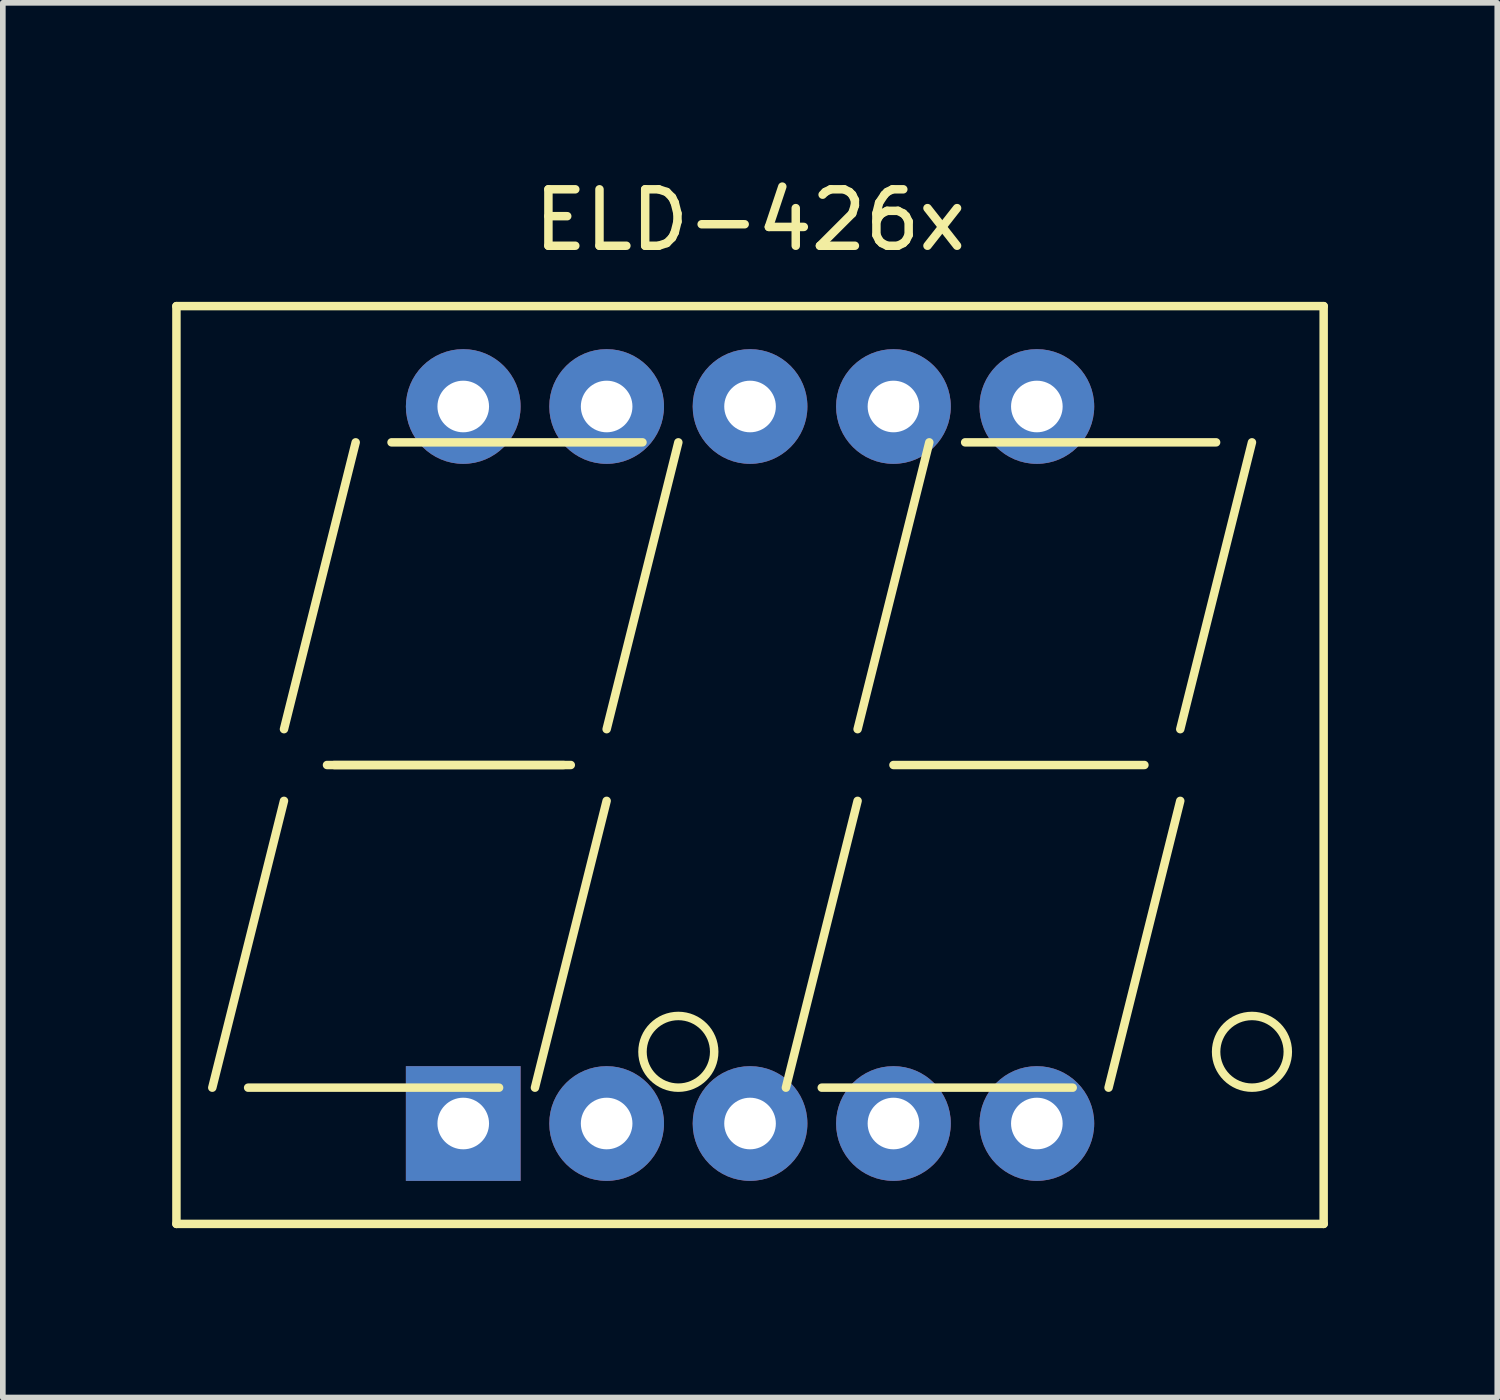
<source format=kicad_pcb>
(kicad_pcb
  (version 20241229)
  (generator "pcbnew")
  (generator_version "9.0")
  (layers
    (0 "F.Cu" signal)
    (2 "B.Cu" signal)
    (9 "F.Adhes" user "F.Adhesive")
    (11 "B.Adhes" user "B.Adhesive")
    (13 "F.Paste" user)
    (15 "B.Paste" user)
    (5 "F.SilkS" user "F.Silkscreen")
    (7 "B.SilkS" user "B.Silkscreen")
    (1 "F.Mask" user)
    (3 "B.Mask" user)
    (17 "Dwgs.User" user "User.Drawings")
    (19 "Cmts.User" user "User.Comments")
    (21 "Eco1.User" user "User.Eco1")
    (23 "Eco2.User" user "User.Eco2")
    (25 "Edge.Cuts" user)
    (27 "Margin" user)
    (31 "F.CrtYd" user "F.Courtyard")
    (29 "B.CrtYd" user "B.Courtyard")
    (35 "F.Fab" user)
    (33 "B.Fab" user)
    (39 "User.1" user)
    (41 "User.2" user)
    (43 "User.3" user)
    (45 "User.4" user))
  (footprint "ELD-426x"
    (layer "F.Cu")
    (at 10.235 10.5)
    (property "Reference" "ELD-426x" (at 0 -9.652 0) (layer "F.SilkS") (effects (font (size 1 1) (thickness 0.15))))
    (attr through_hole)
    (fp_line (start -10.16 -8.128) (end 10.16 -8.128) (stroke (width 0.15) (type solid)) (layer "F.SilkS"))
    (fp_line (start -10.16 8.128) (end -10.16 -8.128) (stroke (width 0.15) (type solid)) (layer "F.SilkS"))
    (fp_line (start -10.16 8.128) (end 10.16 8.128) (stroke (width 0.15) (type solid)) (layer "F.SilkS"))
    (fp_line (start -8.89 5.715) (end -4.445 5.715) (stroke (width 0.15) (type solid)) (layer "F.SilkS"))
    (fp_line (start -8.255 -0.635) (end -6.985 -5.715) (stroke (width 0.15) (type solid)) (layer "F.SilkS"))
    (fp_line (start -8.255 0.635) (end -9.525 5.715) (stroke (width 0.15) (type solid)) (layer "F.SilkS"))
    (fp_line (start -7.493 0) (end -3.175 0) (stroke (width 0.15) (type solid)) (layer "F.SilkS"))
    (fp_line (start -7.366 0) (end -3.302 0) (stroke (width 0.15) (type solid)) (layer "F.SilkS"))
    (fp_line (start -6.35 -5.715) (end -1.905 -5.715) (stroke (width 0.15) (type solid)) (layer "F.SilkS"))
    (fp_line (start -2.54 -0.635) (end -1.27 -5.715) (stroke (width 0.15) (type solid)) (layer "F.SilkS"))
    (fp_line (start -2.54 0.635) (end -3.81 5.715) (stroke (width 0.15) (type solid)) (layer "F.SilkS"))
    (fp_line (start 0.635 5.715) (end 1.905 0.635) (stroke (width 0.15) (type solid)) (layer "F.SilkS"))
    (fp_line (start 1.27 5.715) (end 5.715 5.715) (stroke (width 0.15) (type solid)) (layer "F.SilkS"))
    (fp_line (start 1.905 -0.635) (end 3.175 -5.715) (stroke (width 0.15) (type solid)) (layer "F.SilkS"))
    (fp_line (start 2.54 0) (end 6.985 0) (stroke (width 0.15) (type solid)) (layer "F.SilkS"))
    (fp_line (start 3.81 -5.715) (end 8.255 -5.715) (stroke (width 0.15) (type solid)) (layer "F.SilkS"))
    (fp_line (start 7.62 -0.635) (end 8.89 -5.715) (stroke (width 0.15) (type solid)) (layer "F.SilkS"))
    (fp_line (start 7.62 0.635) (end 6.35 5.715) (stroke (width 0.15) (type solid)) (layer "F.SilkS"))
    (fp_line (start 10.16 -8.128) (end 10.16 8.128) (stroke (width 0.15) (type solid)) (layer "F.SilkS"))
    (fp_circle (center -1.27 5.08) (end -0.635 5.08) (stroke (width 0.15) (type solid)) (fill no) (layer "F.SilkS"))
    (fp_circle (center 8.89 5.08) (end 9.525 5.08) (stroke (width 0.15) (type solid)) (fill no) (layer "F.SilkS"))
    (pad "1" thru_hole rect (at -5.08 6.35) (size 2.032 2.032) (drill 0.914) (layers "*.Cu" "*.Mask"))
    (pad "2" thru_hole circle (at -2.54 6.35) (size 2.032 2.032) (drill 0.914) (layers "*.Cu" "*.Mask"))
    (pad "3" thru_hole circle (at 0 6.35) (size 2.032 2.032) (drill 0.914) (layers "*.Cu" "*.Mask"))
    (pad "4" thru_hole circle (at 2.54 6.35) (size 2.032 2.032) (drill 0.914) (layers "*.Cu" "*.Mask"))
    (pad "5" thru_hole circle (at 5.08 6.35) (size 2.032 2.032) (drill 0.914) (layers "*.Cu" "*.Mask"))
    (pad "6" thru_hole circle (at 5.08 -6.35) (size 2.032 2.032) (drill 0.914) (layers "*.Cu" "*.Mask"))
    (pad "7" thru_hole circle (at 2.54 -6.35) (size 2.032 2.032) (drill 0.914) (layers "*.Cu" "*.Mask"))
    (pad "8" thru_hole circle (at 0 -6.35) (size 2.032 2.032) (drill 0.914) (layers "*.Cu" "*.Mask"))
    (pad "9" thru_hole circle (at -2.54 -6.35) (size 2.032 2.032) (drill 0.914) (layers "*.Cu" "*.Mask"))
    (pad "10" thru_hole circle (at -5.08 -6.35) (size 2.032 2.032) (drill 0.914) (layers "*.Cu" "*.Mask")))
  (gr_rect
    (start -3 -3)
    (end 23.47 21.703)
    (stroke (width 0.1) (type default))
    (fill no)
    (layer "Edge.Cuts")))
</source>
